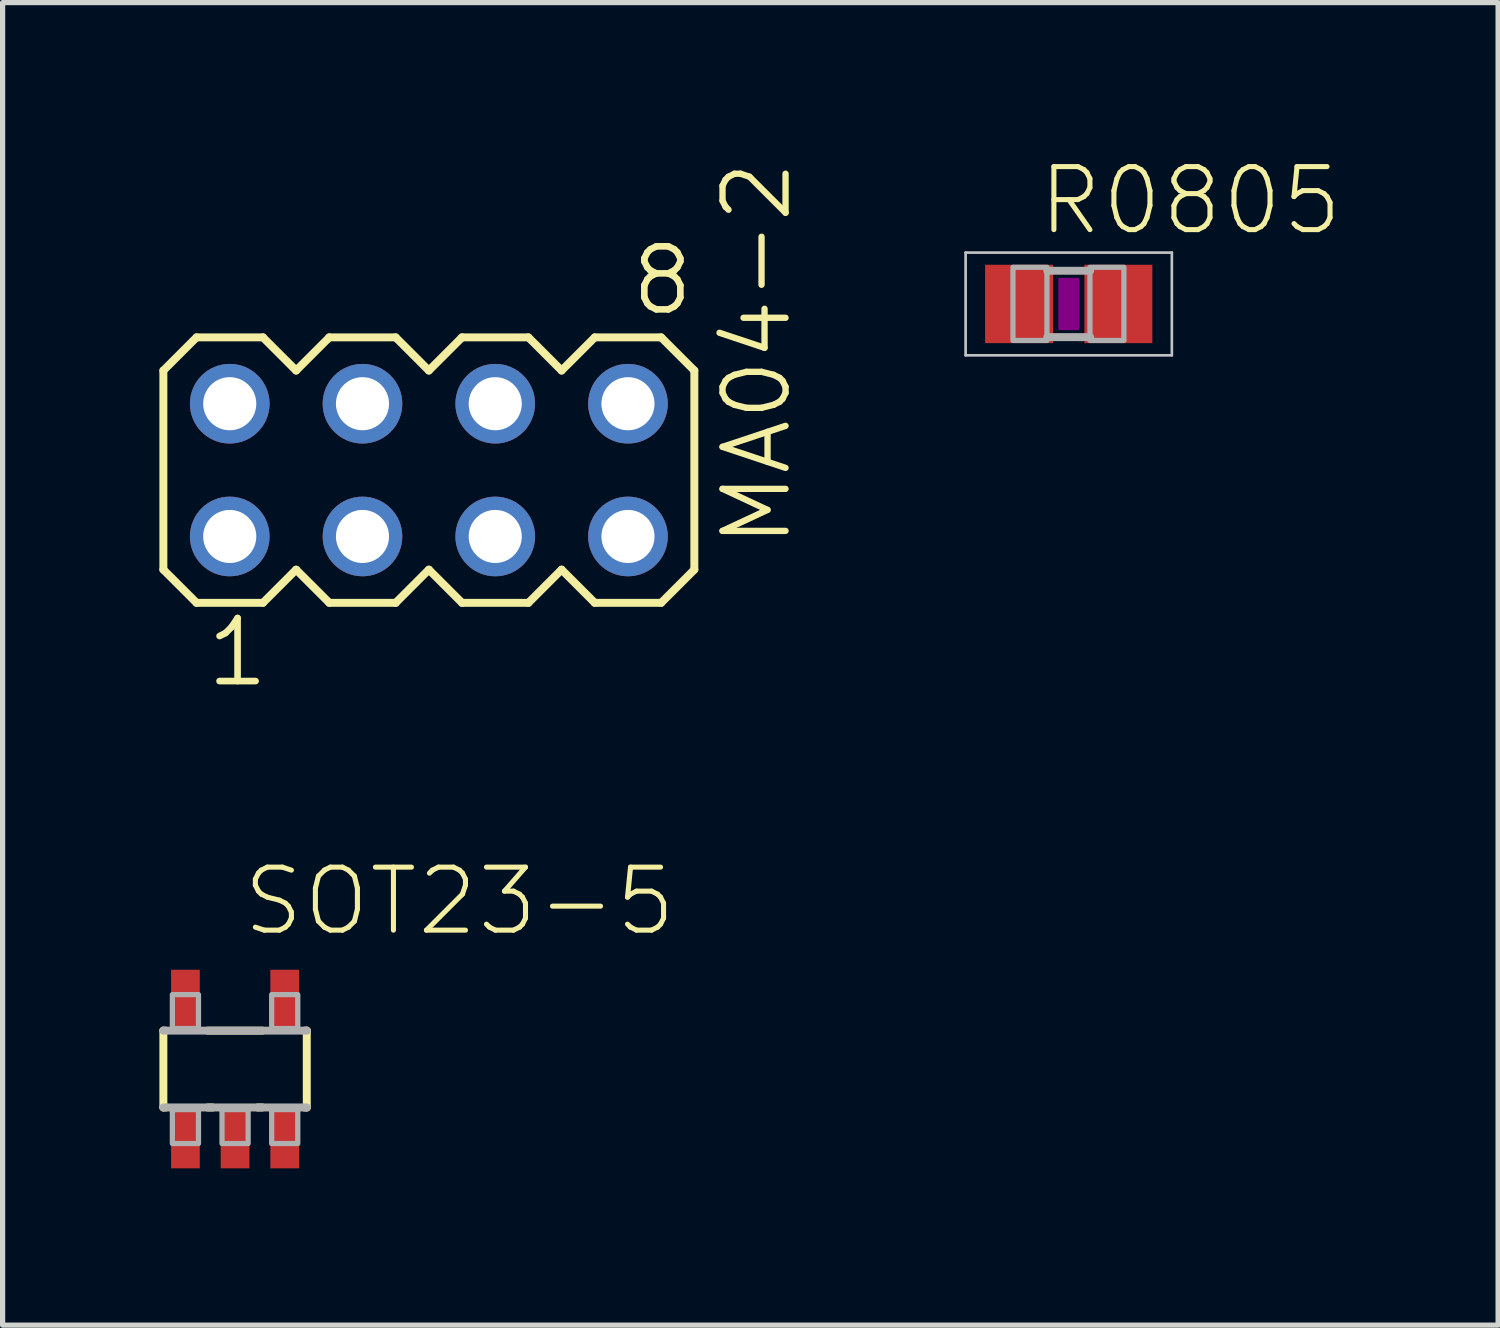
<source format=kicad_pcb>
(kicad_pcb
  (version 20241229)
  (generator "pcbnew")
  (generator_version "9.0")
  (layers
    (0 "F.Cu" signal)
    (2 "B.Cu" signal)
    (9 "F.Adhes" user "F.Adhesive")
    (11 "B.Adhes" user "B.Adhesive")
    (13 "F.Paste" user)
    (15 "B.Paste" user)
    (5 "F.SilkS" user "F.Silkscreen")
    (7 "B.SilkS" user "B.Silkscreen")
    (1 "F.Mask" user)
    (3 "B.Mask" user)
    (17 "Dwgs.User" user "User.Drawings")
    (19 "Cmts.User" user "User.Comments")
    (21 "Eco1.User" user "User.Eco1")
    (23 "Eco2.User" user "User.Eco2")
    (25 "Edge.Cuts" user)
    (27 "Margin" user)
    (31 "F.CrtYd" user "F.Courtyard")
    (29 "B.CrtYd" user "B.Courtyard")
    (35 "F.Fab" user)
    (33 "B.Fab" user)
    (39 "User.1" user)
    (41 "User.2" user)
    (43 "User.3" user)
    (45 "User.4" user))
  (footprint "R0805"
    (layer "F.Cu")
    (at 17.4 2.766)
    (property "Reference" "R0805" (at -0.635 -1.27 180) (layer "F.SilkS") (effects (font (size 1.206 1.206) (thickness 0.097)) (justify left bottom)))
    (attr through_hole)
    (fp_poly (pts (xy -0.2 0.5) (xy 0.2 0.5) (xy 0.2 -0.5) (xy -0.2 -0.5)) (stroke (width 0) (type solid)) (fill yes) (layer "F.Adhes"))
    (fp_line (start -1.973 -0.983) (end 1.973 -0.983) (stroke (width 0.051) (type solid)) (layer "Dwgs.User"))
    (fp_line (start -1.973 0.983) (end -1.973 -0.983) (stroke (width 0.051) (type solid)) (layer "Dwgs.User"))
    (fp_line (start 1.973 -0.983) (end 1.973 0.983) (stroke (width 0.051) (type solid)) (layer "Dwgs.User"))
    (fp_line (start 1.973 0.983) (end -1.973 0.983) (stroke (width 0.051) (type solid)) (layer "Dwgs.User"))
    (fp_line (start -0.41 -0.635) (end 0.41 -0.635) (stroke (width 0.152) (type solid)) (layer "F.Fab"))
    (fp_line (start -0.41 0.635) (end 0.41 0.635) (stroke (width 0.152) (type solid)) (layer "F.Fab"))
    (fp_poly (pts (xy -1.067 0.699) (xy -0.417 0.699) (xy -0.417 -0.702) (xy -1.067 -0.702)) (stroke (width 0.1) (type solid)) (fill no) (layer "F.Fab"))
    (fp_poly (pts (xy 0.406 0.699) (xy 1.056 0.699) (xy 1.056 -0.702) (xy 0.406 -0.702)) (stroke (width 0.1) (type solid)) (fill no) (layer "F.Fab"))
    (pad "1" smd rect (at -0.95 0) (size 1.3 1.5) (layers "F.Cu" "F.Mask" "F.Paste"))
    (pad "2" smd rect (at 0.95 0) (size 1.3 1.5) (layers "F.Cu" "F.Mask" "F.Paste")))
  (footprint "SOT23-5"
    (layer "F.Cu")
    (at 1.448 17.406)
    (property "Reference" "SOT23-5" (at 0.095 -2.505 180) (layer "F.SilkS") (effects (font (size 1.206 1.206) (thickness 0.097)) (justify left bottom)))
    (attr through_hole)
    (fp_line (start -1.372 -0.735) (end -1.328 -0.735) (stroke (width 0.152) (type solid)) (layer "F.SilkS"))
    (fp_line (start -1.372 0.735) (end -1.372 -0.735) (stroke (width 0.152) (type solid)) (layer "F.SilkS"))
    (fp_line (start -1.328 0.735) (end -1.372 0.735) (stroke (width 0.152) (type solid)) (layer "F.SilkS"))
    (fp_line (start -0.522 -0.735) (end 0.522 -0.735) (stroke (width 0.152) (type solid)) (layer "F.SilkS"))
    (fp_line (start -0.428 0.735) (end -0.522 0.735) (stroke (width 0.152) (type solid)) (layer "F.SilkS"))
    (fp_line (start 0.522 0.735) (end 0.428 0.735) (stroke (width 0.152) (type solid)) (layer "F.SilkS"))
    (fp_line (start 1.328 -0.735) (end 1.372 -0.735) (stroke (width 0.152) (type solid)) (layer "F.SilkS"))
    (fp_line (start 1.372 -0.735) (end 1.372 0.735) (stroke (width 0.152) (type solid)) (layer "F.SilkS"))
    (fp_line (start 1.372 0.735) (end 1.328 0.735) (stroke (width 0.152) (type solid)) (layer "F.SilkS"))
    (fp_line (start -1.372 -0.735) (end 1.372 -0.735) (stroke (width 0.152) (type solid)) (layer "F.Fab"))
    (fp_line (start 1.372 0.735) (end -1.372 0.735) (stroke (width 0.152) (type solid)) (layer "F.Fab"))
    (fp_poly (pts (xy -1.2 -0.775) (xy -0.7 -0.775) (xy -0.7 -1.425) (xy -1.2 -1.425)) (stroke (width 0.1) (type solid)) (fill no) (layer "F.Fab"))
    (fp_poly (pts (xy -1.2 1.425) (xy -0.7 1.425) (xy -0.7 0.775) (xy -1.2 0.775)) (stroke (width 0.1) (type solid)) (fill no) (layer "F.Fab"))
    (fp_poly (pts (xy -0.25 1.425) (xy 0.25 1.425) (xy 0.25 0.775) (xy -0.25 0.775)) (stroke (width 0.1) (type solid)) (fill no) (layer "F.Fab"))
    (fp_poly (pts (xy 0.7 -0.775) (xy 1.2 -0.775) (xy 1.2 -1.425) (xy 0.7 -1.425)) (stroke (width 0.1) (type solid)) (fill no) (layer "F.Fab"))
    (fp_poly (pts (xy 0.7 1.425) (xy 1.2 1.425) (xy 1.2 0.775) (xy 0.7 0.775)) (stroke (width 0.1) (type solid)) (fill no) (layer "F.Fab"))
    (pad "1" smd rect (at -0.95 1.3) (size 0.55 1.2) (layers "F.Cu" "F.Mask" "F.Paste"))
    (pad "2" smd rect (at 0 1.3) (size 0.55 1.2) (layers "F.Cu" "F.Mask" "F.Paste"))
    (pad "3" smd rect (at 0.95 1.3) (size 0.55 1.2) (layers "F.Cu" "F.Mask" "F.Paste"))
    (pad "4" smd rect (at 0.95 -1.3) (size 0.55 1.2) (layers "F.Cu" "F.Mask" "F.Paste"))
    (pad "5" smd rect (at -0.95 -1.3) (size 0.55 1.2) (layers "F.Cu" "F.Mask" "F.Paste")))
  (footprint "MA04-2"
    (layer "F.Cu")
    (at 5.156 5.945)
    (property "Reference" "MA04-2" (at 6.979 1.53 270) (layer "F.SilkS") (effects (font (size 1.206 1.206) (thickness 0.121)) (justify left bottom)))
    (attr through_hole)
    (fp_line (start -5.08 -1.905) (end -5.08 1.905) (stroke (width 0.152) (type solid)) (layer "F.SilkS"))
    (fp_line (start -5.08 1.905) (end -4.445 2.54) (stroke (width 0.152) (type solid)) (layer "F.SilkS"))
    (fp_line (start -4.445 -2.54) (end -5.08 -1.905) (stroke (width 0.152) (type solid)) (layer "F.SilkS"))
    (fp_line (start -4.445 -2.54) (end -3.175 -2.54) (stroke (width 0.152) (type solid)) (layer "F.SilkS"))
    (fp_line (start -3.175 -2.54) (end -2.54 -1.905) (stroke (width 0.152) (type solid)) (layer "F.SilkS"))
    (fp_line (start -3.175 2.54) (end -4.445 2.54) (stroke (width 0.152) (type solid)) (layer "F.SilkS"))
    (fp_line (start -2.54 -1.905) (end -1.905 -2.54) (stroke (width 0.152) (type solid)) (layer "F.SilkS"))
    (fp_line (start -2.54 1.905) (end -3.175 2.54) (stroke (width 0.152) (type solid)) (layer "F.SilkS"))
    (fp_line (start -1.905 -2.54) (end -0.635 -2.54) (stroke (width 0.152) (type solid)) (layer "F.SilkS"))
    (fp_line (start -1.905 2.54) (end -2.54 1.905) (stroke (width 0.152) (type solid)) (layer "F.SilkS"))
    (fp_line (start -0.635 -2.54) (end 0 -1.905) (stroke (width 0.152) (type solid)) (layer "F.SilkS"))
    (fp_line (start -0.635 2.54) (end -1.905 2.54) (stroke (width 0.152) (type solid)) (layer "F.SilkS"))
    (fp_line (start 0 -1.905) (end 0.635 -2.54) (stroke (width 0.152) (type solid)) (layer "F.SilkS"))
    (fp_line (start 0 1.905) (end -0.635 2.54) (stroke (width 0.152) (type solid)) (layer "F.SilkS"))
    (fp_line (start 0.635 -2.54) (end 1.905 -2.54) (stroke (width 0.152) (type solid)) (layer "F.SilkS"))
    (fp_line (start 0.635 2.54) (end 0 1.905) (stroke (width 0.152) (type solid)) (layer "F.SilkS"))
    (fp_line (start 1.905 -2.54) (end 2.54 -1.905) (stroke (width 0.152) (type solid)) (layer "F.SilkS"))
    (fp_line (start 1.905 2.54) (end 0.635 2.54) (stroke (width 0.152) (type solid)) (layer "F.SilkS"))
    (fp_line (start 2.54 1.905) (end 1.905 2.54) (stroke (width 0.152) (type solid)) (layer "F.SilkS"))
    (fp_line (start 2.54 1.905) (end 3.175 2.54) (stroke (width 0.152) (type solid)) (layer "F.SilkS"))
    (fp_line (start 3.175 -2.54) (end 2.54 -1.905) (stroke (width 0.152) (type solid)) (layer "F.SilkS"))
    (fp_line (start 3.175 -2.54) (end 4.445 -2.54) (stroke (width 0.152) (type solid)) (layer "F.SilkS"))
    (fp_line (start 4.445 -2.54) (end 5.08 -1.905) (stroke (width 0.152) (type solid)) (layer "F.SilkS"))
    (fp_line (start 4.445 2.54) (end 3.175 2.54) (stroke (width 0.152) (type solid)) (layer "F.SilkS"))
    (fp_line (start 5.08 -1.905) (end 5.08 1.905) (stroke (width 0.152) (type solid)) (layer "F.SilkS"))
    (fp_line (start 5.08 1.905) (end 4.445 2.54) (stroke (width 0.152) (type solid)) (layer "F.SilkS"))
    (fp_poly (pts (xy -4.064 -1.016) (xy -3.556 -1.016) (xy -3.556 -1.524) (xy -4.064 -1.524)) (stroke (width 0.1) (type solid)) (fill no) (layer "F.Fab"))
    (fp_poly (pts (xy -4.064 1.524) (xy -3.556 1.524) (xy -3.556 1.016) (xy -4.064 1.016)) (stroke (width 0.1) (type solid)) (fill no) (layer "F.Fab"))
    (fp_poly (pts (xy -1.524 -1.016) (xy -1.016 -1.016) (xy -1.016 -1.524) (xy -1.524 -1.524)) (stroke (width 0.1) (type solid)) (fill no) (layer "F.Fab"))
    (fp_poly (pts (xy -1.524 1.524) (xy -1.016 1.524) (xy -1.016 1.016) (xy -1.524 1.016)) (stroke (width 0.1) (type solid)) (fill no) (layer "F.Fab"))
    (fp_poly (pts (xy 1.016 -1.016) (xy 1.524 -1.016) (xy 1.524 -1.524) (xy 1.016 -1.524)) (stroke (width 0.1) (type solid)) (fill no) (layer "F.Fab"))
    (fp_poly (pts (xy 1.016 1.524) (xy 1.524 1.524) (xy 1.524 1.016) (xy 1.016 1.016)) (stroke (width 0.1) (type solid)) (fill no) (layer "F.Fab"))
    (fp_poly (pts (xy 3.556 -1.016) (xy 4.064 -1.016) (xy 4.064 -1.524) (xy 3.556 -1.524)) (stroke (width 0.1) (type solid)) (fill no) (layer "F.Fab"))
    (fp_poly (pts (xy 3.556 1.524) (xy 4.064 1.524) (xy 4.064 1.016) (xy 3.556 1.016)) (stroke (width 0.1) (type solid)) (fill no) (layer "F.Fab"))
    (fp_text user "8" (at 3.81 -2.921 0) (layer "F.SilkS") (effects (font (size 1.206 1.206) (thickness 0.127)) (justify left bottom)))
    (fp_text user "1" (at -4.318 4.191 0) (layer "F.SilkS") (effects (font (size 1.206 1.206) (thickness 0.127)) (justify left bottom)))
    (pad "1" thru_hole circle (at -3.81 1.27) (size 1.524 1.524) (drill 1.016) (layers "*.Cu" "*.Mask"))
    (pad "2" thru_hole circle (at -3.81 -1.27) (size 1.524 1.524) (drill 1.016) (layers "*.Cu" "*.Mask"))
    (pad "3" thru_hole circle (at -1.27 1.27) (size 1.524 1.524) (drill 1.016) (layers "*.Cu" "*.Mask"))
    (pad "4" thru_hole circle (at -1.27 -1.27) (size 1.524 1.524) (drill 1.016) (layers "*.Cu" "*.Mask"))
    (pad "5" thru_hole circle (at 1.27 1.27) (size 1.524 1.524) (drill 1.016) (layers "*.Cu" "*.Mask"))
    (pad "6" thru_hole circle (at 1.27 -1.27) (size 1.524 1.524) (drill 1.016) (layers "*.Cu" "*.Mask"))
    (pad "7" thru_hole circle (at 3.81 1.27) (size 1.524 1.524) (drill 1.016) (layers "*.Cu" "*.Mask"))
    (pad "8" thru_hole circle (at 3.81 -1.27) (size 1.524 1.524) (drill 1.016) (layers "*.Cu" "*.Mask")))
  (gr_rect
    (start -3 -3)
    (end 25.616 22.306)
    (stroke (width 0.1) (type default))
    (fill no)
    (layer "Edge.Cuts")))
</source>
